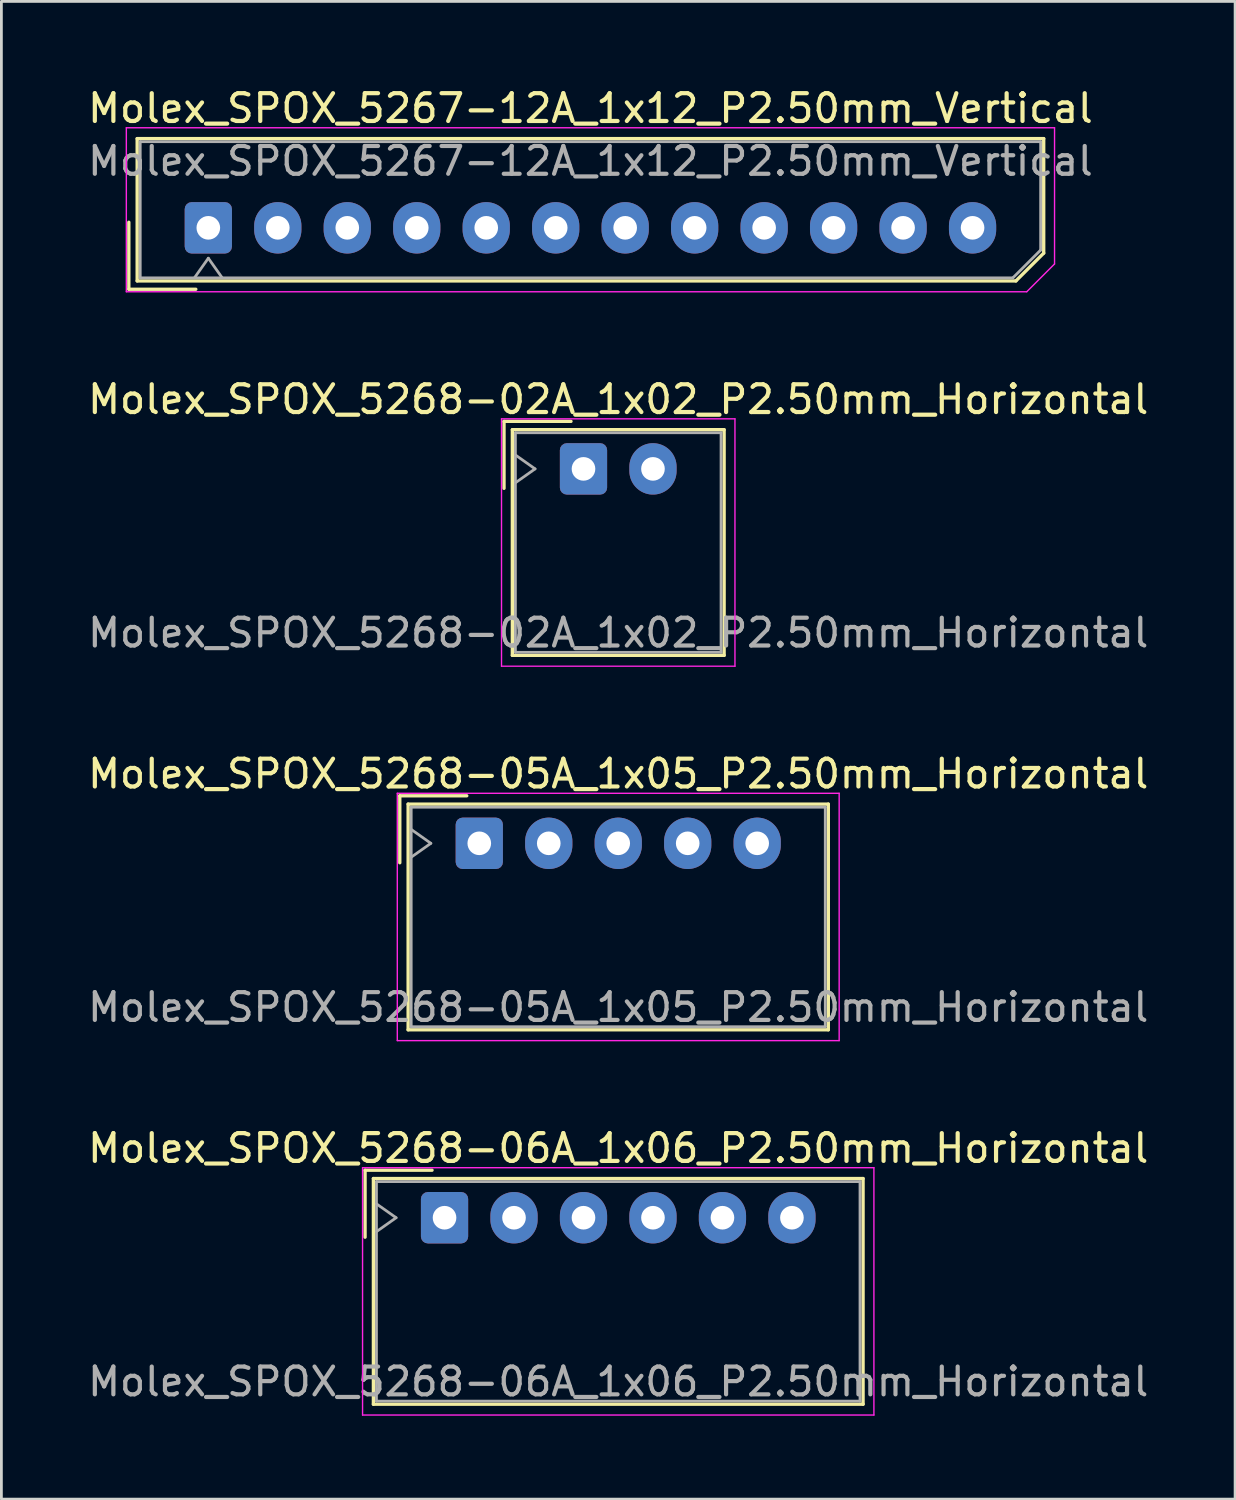
<source format=kicad_pcb>
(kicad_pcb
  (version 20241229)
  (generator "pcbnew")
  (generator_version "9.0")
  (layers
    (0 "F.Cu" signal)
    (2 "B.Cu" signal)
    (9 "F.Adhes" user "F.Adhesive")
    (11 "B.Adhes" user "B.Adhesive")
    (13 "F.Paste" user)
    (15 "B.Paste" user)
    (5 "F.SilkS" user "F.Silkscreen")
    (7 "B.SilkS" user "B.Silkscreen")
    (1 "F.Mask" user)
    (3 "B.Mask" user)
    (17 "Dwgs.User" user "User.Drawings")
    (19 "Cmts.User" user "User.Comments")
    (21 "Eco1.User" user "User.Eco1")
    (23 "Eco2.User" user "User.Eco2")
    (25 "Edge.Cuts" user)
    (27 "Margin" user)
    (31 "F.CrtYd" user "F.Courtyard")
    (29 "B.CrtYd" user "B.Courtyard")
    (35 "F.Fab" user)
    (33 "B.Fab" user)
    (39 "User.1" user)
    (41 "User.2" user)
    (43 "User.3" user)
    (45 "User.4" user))
  (footprint "Molex_SPOX_5268-02A_1x02_P2.50mm_Horizontal"
    (layer "F.Cu")
    (at 17.946 13.822)
    (property "Reference" "Molex_SPOX_5268-02A_1x02_P2.50mm_Horizontal" (at 1.25 -2.5 0) (layer "F.SilkS") (effects (font (size 1 1) (thickness 0.15))))
    (attr through_hole)
    (fp_line (start -2.86 -1.71) (end -0.45 -1.71) (stroke (width 0.12) (type solid)) (layer "F.SilkS"))
    (fp_line (start -2.86 0.7) (end -2.86 -1.71) (stroke (width 0.12) (type solid)) (layer "F.SilkS"))
    (fp_line (start -2.56 -1.41) (end -2.56 6.71) (stroke (width 0.12) (type solid)) (layer "F.SilkS"))
    (fp_line (start -2.56 6.71) (end 5.06 6.71) (stroke (width 0.12) (type solid)) (layer "F.SilkS"))
    (fp_line (start 5.06 -1.41) (end -2.56 -1.41) (stroke (width 0.12) (type solid)) (layer "F.SilkS"))
    (fp_line (start 5.06 6.71) (end 5.06 -1.41) (stroke (width 0.12) (type solid)) (layer "F.SilkS"))
    (fp_line (start -2.95 -1.8) (end -2.95 7.1) (stroke (width 0.05) (type solid)) (layer "F.CrtYd"))
    (fp_line (start -2.95 7.1) (end 5.45 7.1) (stroke (width 0.05) (type solid)) (layer "F.CrtYd"))
    (fp_line (start 5.45 -1.8) (end -2.95 -1.8) (stroke (width 0.05) (type solid)) (layer "F.CrtYd"))
    (fp_line (start 5.45 7.1) (end 5.45 -1.8) (stroke (width 0.05) (type solid)) (layer "F.CrtYd"))
    (fp_line (start -2.45 -1.3) (end -2.45 6.6) (stroke (width 0.1) (type solid)) (layer "F.Fab"))
    (fp_line (start -2.45 0.5) (end -1.743 0) (stroke (width 0.1) (type solid)) (layer "F.Fab"))
    (fp_line (start -2.45 6.6) (end 4.95 6.6) (stroke (width 0.1) (type solid)) (layer "F.Fab"))
    (fp_line (start -1.743 0) (end -2.45 -0.5) (stroke (width 0.1) (type solid)) (layer "F.Fab"))
    (fp_line (start 4.95 -1.3) (end -2.45 -1.3) (stroke (width 0.1) (type solid)) (layer "F.Fab"))
    (fp_line (start 4.95 6.6) (end 4.95 -1.3) (stroke (width 0.1) (type solid)) (layer "F.Fab"))
    (fp_text user "${REFERENCE}" (at 1.25 5.9 0) (layer "F.Fab") (effects (font (size 1 1) (thickness 0.15))))
    (pad "1" thru_hole roundrect (at 0 0) (size 1.7 1.85) (drill 0.85) (layers "*.Cu" "*.Mask") (roundrect_rratio 0.147))
    (pad "2" thru_hole oval (at 2.5 0) (size 1.7 1.85) (drill 0.85) (layers "*.Cu" "*.Mask")))
  (footprint "Molex_SPOX_5268-06A_1x06_P2.50mm_Horizontal"
    (layer "F.Cu")
    (at 12.946 40.768)
    (property "Reference" "Molex_SPOX_5268-06A_1x06_P2.50mm_Horizontal" (at 6.25 -2.5 0) (layer "F.SilkS") (effects (font (size 1 1) (thickness 0.15))))
    (attr through_hole)
    (fp_line (start -2.86 -1.71) (end -0.45 -1.71) (stroke (width 0.12) (type solid)) (layer "F.SilkS"))
    (fp_line (start -2.86 0.7) (end -2.86 -1.71) (stroke (width 0.12) (type solid)) (layer "F.SilkS"))
    (fp_line (start -2.56 -1.41) (end -2.56 6.71) (stroke (width 0.12) (type solid)) (layer "F.SilkS"))
    (fp_line (start -2.56 6.71) (end 15.06 6.71) (stroke (width 0.12) (type solid)) (layer "F.SilkS"))
    (fp_line (start 15.06 -1.41) (end -2.56 -1.41) (stroke (width 0.12) (type solid)) (layer "F.SilkS"))
    (fp_line (start 15.06 6.71) (end 15.06 -1.41) (stroke (width 0.12) (type solid)) (layer "F.SilkS"))
    (fp_line (start -2.95 -1.8) (end -2.95 7.1) (stroke (width 0.05) (type solid)) (layer "F.CrtYd"))
    (fp_line (start -2.95 7.1) (end 15.45 7.1) (stroke (width 0.05) (type solid)) (layer "F.CrtYd"))
    (fp_line (start 15.45 -1.8) (end -2.95 -1.8) (stroke (width 0.05) (type solid)) (layer "F.CrtYd"))
    (fp_line (start 15.45 7.1) (end 15.45 -1.8) (stroke (width 0.05) (type solid)) (layer "F.CrtYd"))
    (fp_line (start -2.45 -1.3) (end -2.45 6.6) (stroke (width 0.1) (type solid)) (layer "F.Fab"))
    (fp_line (start -2.45 0.5) (end -1.743 0) (stroke (width 0.1) (type solid)) (layer "F.Fab"))
    (fp_line (start -2.45 6.6) (end 14.95 6.6) (stroke (width 0.1) (type solid)) (layer "F.Fab"))
    (fp_line (start -1.743 0) (end -2.45 -0.5) (stroke (width 0.1) (type solid)) (layer "F.Fab"))
    (fp_line (start 14.95 -1.3) (end -2.45 -1.3) (stroke (width 0.1) (type solid)) (layer "F.Fab"))
    (fp_line (start 14.95 6.6) (end 14.95 -1.3) (stroke (width 0.1) (type solid)) (layer "F.Fab"))
    (fp_text user "${REFERENCE}" (at 6.25 5.9 0) (layer "F.Fab") (effects (font (size 1 1) (thickness 0.15))))
    (pad "1" thru_hole roundrect (at 0 0) (size 1.7 1.85) (drill 0.85) (layers "*.Cu" "*.Mask") (roundrect_rratio 0.147))
    (pad "2" thru_hole oval (at 2.5 0) (size 1.7 1.85) (drill 0.85) (layers "*.Cu" "*.Mask"))
    (pad "3" thru_hole oval (at 5 0) (size 1.7 1.85) (drill 0.85) (layers "*.Cu" "*.Mask"))
    (pad "4" thru_hole oval (at 7.5 0) (size 1.7 1.85) (drill 0.85) (layers "*.Cu" "*.Mask"))
    (pad "5" thru_hole oval (at 10 0) (size 1.7 1.85) (drill 0.85) (layers "*.Cu" "*.Mask"))
    (pad "6" thru_hole oval (at 12.5 0) (size 1.7 1.85) (drill 0.85) (layers "*.Cu" "*.Mask")))
  (footprint "Molex_SPOX_5268-05A_1x05_P2.50mm_Horizontal"
    (layer "F.Cu")
    (at 14.196 27.295)
    (property "Reference" "Molex_SPOX_5268-05A_1x05_P2.50mm_Horizontal" (at 5 -2.5 0) (layer "F.SilkS") (effects (font (size 1 1) (thickness 0.15))))
    (attr through_hole)
    (fp_line (start -2.86 -1.71) (end -0.45 -1.71) (stroke (width 0.12) (type solid)) (layer "F.SilkS"))
    (fp_line (start -2.86 0.7) (end -2.86 -1.71) (stroke (width 0.12) (type solid)) (layer "F.SilkS"))
    (fp_line (start -2.56 -1.41) (end -2.56 6.71) (stroke (width 0.12) (type solid)) (layer "F.SilkS"))
    (fp_line (start -2.56 6.71) (end 12.56 6.71) (stroke (width 0.12) (type solid)) (layer "F.SilkS"))
    (fp_line (start 12.56 -1.41) (end -2.56 -1.41) (stroke (width 0.12) (type solid)) (layer "F.SilkS"))
    (fp_line (start 12.56 6.71) (end 12.56 -1.41) (stroke (width 0.12) (type solid)) (layer "F.SilkS"))
    (fp_line (start -2.95 -1.8) (end -2.95 7.1) (stroke (width 0.05) (type solid)) (layer "F.CrtYd"))
    (fp_line (start -2.95 7.1) (end 12.95 7.1) (stroke (width 0.05) (type solid)) (layer "F.CrtYd"))
    (fp_line (start 12.95 -1.8) (end -2.95 -1.8) (stroke (width 0.05) (type solid)) (layer "F.CrtYd"))
    (fp_line (start 12.95 7.1) (end 12.95 -1.8) (stroke (width 0.05) (type solid)) (layer "F.CrtYd"))
    (fp_line (start -2.45 -1.3) (end -2.45 6.6) (stroke (width 0.1) (type solid)) (layer "F.Fab"))
    (fp_line (start -2.45 0.5) (end -1.743 0) (stroke (width 0.1) (type solid)) (layer "F.Fab"))
    (fp_line (start -2.45 6.6) (end 12.45 6.6) (stroke (width 0.1) (type solid)) (layer "F.Fab"))
    (fp_line (start -1.743 0) (end -2.45 -0.5) (stroke (width 0.1) (type solid)) (layer "F.Fab"))
    (fp_line (start 12.45 -1.3) (end -2.45 -1.3) (stroke (width 0.1) (type solid)) (layer "F.Fab"))
    (fp_line (start 12.45 6.6) (end 12.45 -1.3) (stroke (width 0.1) (type solid)) (layer "F.Fab"))
    (fp_text user "${REFERENCE}" (at 5 5.9 0) (layer "F.Fab") (effects (font (size 1 1) (thickness 0.15))))
    (pad "1" thru_hole roundrect (at 0 0) (size 1.7 1.85) (drill 0.85) (layers "*.Cu" "*.Mask") (roundrect_rratio 0.147))
    (pad "2" thru_hole oval (at 2.5 0) (size 1.7 1.85) (drill 0.85) (layers "*.Cu" "*.Mask"))
    (pad "3" thru_hole oval (at 5 0) (size 1.7 1.85) (drill 0.85) (layers "*.Cu" "*.Mask"))
    (pad "4" thru_hole oval (at 7.5 0) (size 1.7 1.85) (drill 0.85) (layers "*.Cu" "*.Mask"))
    (pad "5" thru_hole oval (at 10 0) (size 1.7 1.85) (drill 0.85) (layers "*.Cu" "*.Mask")))
  (footprint "Molex_SPOX_5267-12A_1x12_P2.50mm_Vertical"
    (layer "F.Cu")
    (at 4.446 5.148)
    (property "Reference" "Molex_SPOX_5267-12A_1x12_P2.50mm_Vertical" (at 13.75 -4.3 0) (layer "F.SilkS") (effects (font (size 1 1) (thickness 0.15))))
    (attr through_hole)
    (fp_line (start -2.86 -0.2) (end -2.86 2.21) (stroke (width 0.12) (type solid)) (layer "F.SilkS"))
    (fp_line (start -2.86 2.21) (end -0.45 2.21) (stroke (width 0.12) (type solid)) (layer "F.SilkS"))
    (fp_line (start -2.56 -3.21) (end -2.56 1.91) (stroke (width 0.12) (type solid)) (layer "F.SilkS"))
    (fp_line (start -2.56 1.91) (end 29.06 1.91) (stroke (width 0.12) (type solid)) (layer "F.SilkS"))
    (fp_line (start 29.06 1.91) (end 30.06 0.91) (stroke (width 0.12) (type solid)) (layer "F.SilkS"))
    (fp_line (start 30.06 -3.21) (end -2.56 -3.21) (stroke (width 0.12) (type solid)) (layer "F.SilkS"))
    (fp_line (start 30.06 0.91) (end 30.06 -3.21) (stroke (width 0.12) (type solid)) (layer "F.SilkS"))
    (fp_line (start -2.95 -3.6) (end -2.95 2.3) (stroke (width 0.05) (type solid)) (layer "F.CrtYd"))
    (fp_line (start -2.95 2.3) (end 29.45 2.3) (stroke (width 0.05) (type solid)) (layer "F.CrtYd"))
    (fp_line (start 29.45 2.3) (end 30.45 1.3) (stroke (width 0.05) (type solid)) (layer "F.CrtYd"))
    (fp_line (start 30.45 -3.6) (end -2.95 -3.6) (stroke (width 0.05) (type solid)) (layer "F.CrtYd"))
    (fp_line (start 30.45 1.3) (end 30.45 -3.6) (stroke (width 0.05) (type solid)) (layer "F.CrtYd"))
    (fp_line (start -2.45 -3.1) (end -2.45 1.8) (stroke (width 0.1) (type solid)) (layer "F.Fab"))
    (fp_line (start -2.45 1.8) (end 28.95 1.8) (stroke (width 0.1) (type solid)) (layer "F.Fab"))
    (fp_line (start -0.5 1.8) (end 0 1.093) (stroke (width 0.1) (type solid)) (layer "F.Fab"))
    (fp_line (start 0 1.093) (end 0.5 1.8) (stroke (width 0.1) (type solid)) (layer "F.Fab"))
    (fp_line (start 28.95 1.8) (end 29.95 0.8) (stroke (width 0.1) (type solid)) (layer "F.Fab"))
    (fp_line (start 29.95 -3.1) (end -2.45 -3.1) (stroke (width 0.1) (type solid)) (layer "F.Fab"))
    (fp_line (start 29.95 0.8) (end 29.95 -3.1) (stroke (width 0.1) (type solid)) (layer "F.Fab"))
    (fp_text user "${REFERENCE}" (at 13.75 -2.4 0) (layer "F.Fab") (effects (font (size 1 1) (thickness 0.15))))
    (pad "1" thru_hole roundrect (at 0 0) (size 1.7 1.85) (drill 0.85) (layers "*.Cu" "*.Mask") (roundrect_rratio 0.147))
    (pad "2" thru_hole oval (at 2.5 0) (size 1.7 1.85) (drill 0.85) (layers "*.Cu" "*.Mask"))
    (pad "3" thru_hole oval (at 5 0) (size 1.7 1.85) (drill 0.85) (layers "*.Cu" "*.Mask"))
    (pad "4" thru_hole oval (at 7.5 0) (size 1.7 1.85) (drill 0.85) (layers "*.Cu" "*.Mask"))
    (pad "5" thru_hole oval (at 10 0) (size 1.7 1.85) (drill 0.85) (layers "*.Cu" "*.Mask"))
    (pad "6" thru_hole oval (at 12.5 0) (size 1.7 1.85) (drill 0.85) (layers "*.Cu" "*.Mask"))
    (pad "7" thru_hole oval (at 15 0) (size 1.7 1.85) (drill 0.85) (layers "*.Cu" "*.Mask"))
    (pad "8" thru_hole oval (at 17.5 0) (size 1.7 1.85) (drill 0.85) (layers "*.Cu" "*.Mask"))
    (pad "9" thru_hole oval (at 20 0) (size 1.7 1.85) (drill 0.85) (layers "*.Cu" "*.Mask"))
    (pad "10" thru_hole oval (at 22.5 0) (size 1.7 1.85) (drill 0.85) (layers "*.Cu" "*.Mask"))
    (pad "11" thru_hole oval (at 25 0) (size 1.7 1.85) (drill 0.85) (layers "*.Cu" "*.Mask"))
    (pad "12" thru_hole oval (at 27.5 0) (size 1.7 1.85) (drill 0.85) (layers "*.Cu" "*.Mask")))
  (gr_rect
    (start -3 -3)
    (end 41.393 50.893)
    (stroke (width 0.1) (type default))
    (fill no)
    (layer "Edge.Cuts")))
</source>
